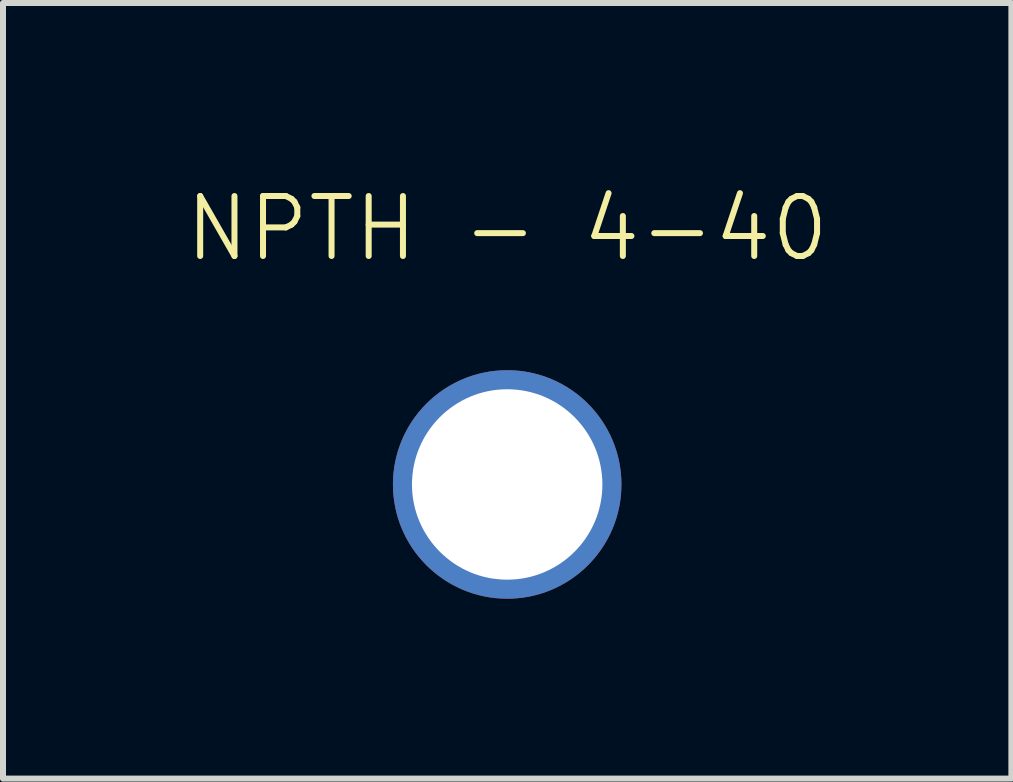
<source format=kicad_pcb>
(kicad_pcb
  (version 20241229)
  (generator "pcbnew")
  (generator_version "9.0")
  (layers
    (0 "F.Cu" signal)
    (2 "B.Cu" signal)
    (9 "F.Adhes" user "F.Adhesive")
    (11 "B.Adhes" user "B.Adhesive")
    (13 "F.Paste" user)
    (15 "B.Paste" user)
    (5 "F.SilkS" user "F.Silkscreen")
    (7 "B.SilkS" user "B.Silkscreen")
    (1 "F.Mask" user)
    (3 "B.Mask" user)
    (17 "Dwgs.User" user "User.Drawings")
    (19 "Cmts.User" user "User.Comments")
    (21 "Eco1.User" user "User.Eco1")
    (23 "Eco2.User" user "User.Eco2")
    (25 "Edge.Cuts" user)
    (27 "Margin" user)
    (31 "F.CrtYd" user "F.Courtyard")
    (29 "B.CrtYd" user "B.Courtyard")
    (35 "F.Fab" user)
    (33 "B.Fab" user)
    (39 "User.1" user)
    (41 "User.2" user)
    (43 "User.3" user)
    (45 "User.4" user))
  (footprint "NPTH - 4-40"
    (layer "F.Cu")
    (at 5.407 5.028)
    (property "Reference" "NPTH - 4-40" (at 0 -4.267 0) (unlocked yes) (layer "F.SilkS") (effects (font (size 1 1) (thickness 0.1))))
    (attr through_hole)
    (pad "" np_thru_hole circle (at 0 0) (size 3.81 3.81) (drill 3.175) (layers "*.Cu" "*.Mask")))
  (gr_rect
    (start -3 -3)
    (end 13.814 9.933)
    (stroke (width 0.1) (type default))
    (fill no)
    (layer "Edge.Cuts")))
</source>
